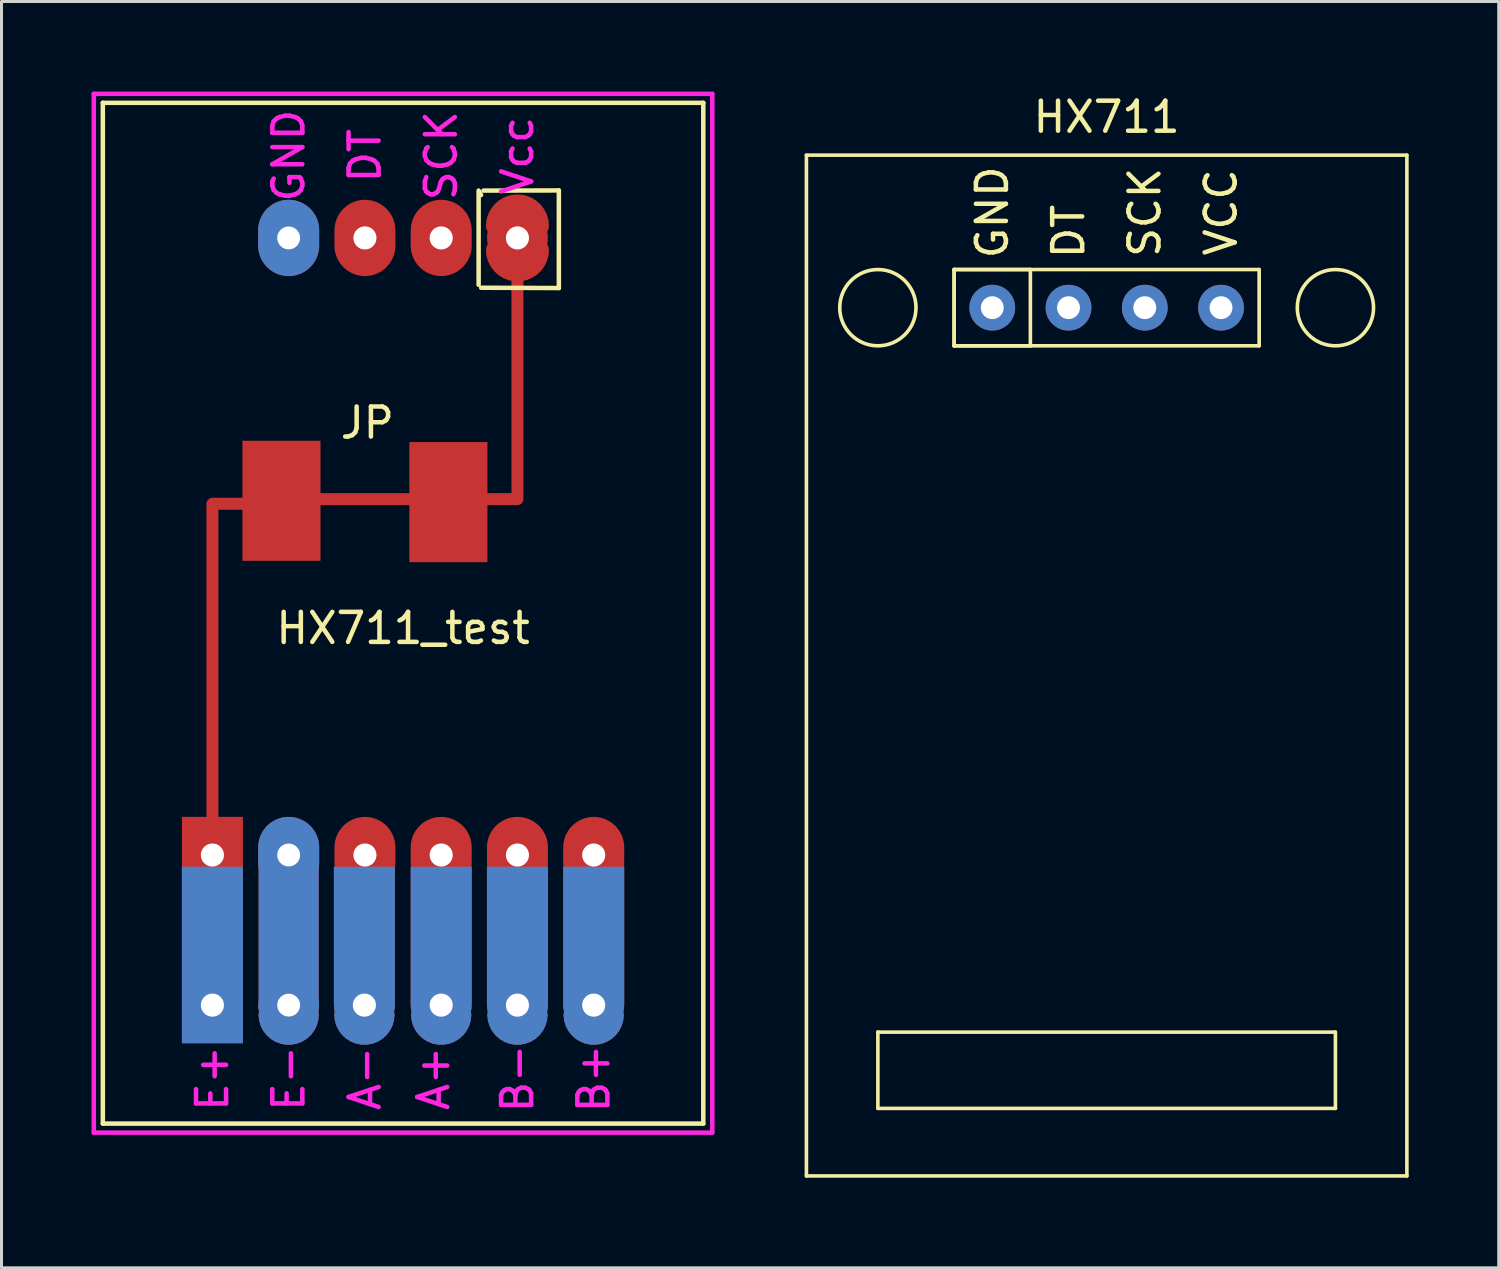
<source format=kicad_pcb>
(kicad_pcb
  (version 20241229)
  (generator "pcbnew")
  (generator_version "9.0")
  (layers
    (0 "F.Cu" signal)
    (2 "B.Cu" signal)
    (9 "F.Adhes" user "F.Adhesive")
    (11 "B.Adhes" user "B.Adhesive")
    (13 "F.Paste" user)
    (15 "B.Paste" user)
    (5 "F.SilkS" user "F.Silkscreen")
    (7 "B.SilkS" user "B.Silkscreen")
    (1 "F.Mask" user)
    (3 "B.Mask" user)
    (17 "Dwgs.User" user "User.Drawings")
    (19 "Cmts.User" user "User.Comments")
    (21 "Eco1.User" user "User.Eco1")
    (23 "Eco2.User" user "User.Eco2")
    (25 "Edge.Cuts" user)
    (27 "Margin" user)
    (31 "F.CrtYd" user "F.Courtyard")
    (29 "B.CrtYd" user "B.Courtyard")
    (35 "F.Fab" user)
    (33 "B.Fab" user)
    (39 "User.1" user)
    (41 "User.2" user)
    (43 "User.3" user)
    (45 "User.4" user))
  (footprint "HX711"
    (layer "F.Cu")
    (at 33.81 2.118)
    (property "Reference" "HX711" (at 0 -1.27 0) (layer "F.SilkS") (effects (font (size 1 1) (thickness 0.15))))
    (attr through_hole)
    (fp_line (start -10 0) (end 10 0) (stroke (width 0.12) (type solid)) (layer "F.SilkS"))
    (fp_line (start -10 34) (end -10 0) (stroke (width 0.12) (type solid)) (layer "F.SilkS"))
    (fp_line (start -7.62 29.21) (end -7.62 31.75) (stroke (width 0.12) (type solid)) (layer "F.SilkS"))
    (fp_line (start -7.62 31.75) (end 7.62 31.75) (stroke (width 0.12) (type solid)) (layer "F.SilkS"))
    (fp_line (start -5.08 3.81) (end -2.54 3.81) (stroke (width 0.12) (type solid)) (layer "F.SilkS"))
    (fp_line (start -5.08 3.81) (end 5.08 3.81) (stroke (width 0.12) (type solid)) (layer "F.SilkS"))
    (fp_line (start -5.08 6.35) (end -5.08 3.81) (stroke (width 0.12) (type solid)) (layer "F.SilkS"))
    (fp_line (start -5.08 6.35) (end -5.08 3.81) (stroke (width 0.12) (type solid)) (layer "F.SilkS"))
    (fp_line (start -2.54 3.81) (end -2.54 6.35) (stroke (width 0.12) (type solid)) (layer "F.SilkS"))
    (fp_line (start -2.54 6.35) (end -5.08 6.35) (stroke (width 0.12) (type solid)) (layer "F.SilkS"))
    (fp_line (start 5.08 3.81) (end 5.08 6.35) (stroke (width 0.12) (type solid)) (layer "F.SilkS"))
    (fp_line (start 5.08 6.35) (end -5.08 6.35) (stroke (width 0.12) (type solid)) (layer "F.SilkS"))
    (fp_line (start 7.62 29.21) (end -7.62 29.21) (stroke (width 0.12) (type solid)) (layer "F.SilkS"))
    (fp_line (start 7.62 31.75) (end 7.62 29.21) (stroke (width 0.12) (type solid)) (layer "F.SilkS"))
    (fp_line (start 10 0) (end 10 34) (stroke (width 0.12) (type solid)) (layer "F.SilkS"))
    (fp_line (start 10 34) (end -10 34) (stroke (width 0.12) (type solid)) (layer "F.SilkS"))
    (fp_circle (center -7.62 5.08) (end -6.35 5.08) (stroke (width 0.12) (type solid)) (fill no) (layer "F.SilkS"))
    (fp_circle (center 7.62 5.08) (end 8.89 5.08) (stroke (width 0.12) (type solid)) (fill no) (layer "F.SilkS"))
    (fp_text user "GND" (at -3.81 1.905 90) (layer "F.SilkS") (effects (font (size 1 1) (thickness 0.15))))
    (fp_text user "DT" (at -1.27 2.54 90) (layer "F.SilkS") (effects (font (size 1 1) (thickness 0.15))))
    (fp_text user "VCC" (at 3.81 1.905 90) (layer "F.SilkS") (effects (font (size 1 1) (thickness 0.15))))
    (fp_text user "SCK" (at 1.27 1.905 90) (layer "F.SilkS") (effects (font (size 1 1) (thickness 0.15))))
    (pad "1" thru_hole circle (at -3.81 5.08) (size 1.524 1.524) (drill 0.762) (layers "*.Cu" "*.Mask"))
    (pad "2" thru_hole circle (at -1.27 5.08) (size 1.524 1.524) (drill 0.762) (layers "*.Cu" "*.Mask"))
    (pad "3" thru_hole circle (at 1.27 5.08) (size 1.524 1.524) (drill 0.762) (layers "*.Cu" "*.Mask"))
    (pad "4" thru_hole circle (at 3.81 5.08) (size 1.524 1.524) (drill 0.762) (layers "*.Cu" "*.Mask")))
  (footprint "HX711_test"
    (layer "F.Cu")
    (at 10.375 17.375)
    (property "Reference" "HX711_test" (at 0 0.5 0) (layer "F.SilkS") (effects (font (size 1 1) (thickness 0.15))))
    (attr through_hole)
    (fp_line (start -10 -17) (end -10 17) (stroke (width 0.15) (type solid)) (layer "F.SilkS"))
    (fp_line (start -10 -17) (end 10 -17) (stroke (width 0.15) (type solid)) (layer "F.SilkS"))
    (fp_line (start -10 17) (end 10 17) (stroke (width 0.15) (type solid)) (layer "F.SilkS"))
    (fp_line (start 2.517 -10.94) (end 2.517 -14.077) (stroke (width 0.15) (type solid)) (layer "F.SilkS"))
    (fp_line (start 2.598 -13.929) (end 2.548 -14.031) (stroke (width 0.15) (type solid)) (layer "F.SilkS"))
    (fp_line (start 2.682 -14.077) (end 5.189 -14.082) (stroke (width 0.15) (type solid)) (layer "F.SilkS"))
    (fp_line (start 5.189 -14.082) (end 5.189 -10.831) (stroke (width 0.15) (type solid)) (layer "F.SilkS"))
    (fp_line (start 5.189 -10.831) (end 2.601 -10.841) (stroke (width 0.15) (type solid)) (layer "F.SilkS"))
    (fp_line (start 10 -17) (end 10 17) (stroke (width 0.15) (type solid)) (layer "F.SilkS"))
    (fp_line (start -10.3 -17.3) (end 10.3 -17.3) (stroke (width 0.15) (type solid)) (layer "F.CrtYd"))
    (fp_line (start -10.3 17.3) (end -10.3 -17.3) (stroke (width 0.15) (type solid)) (layer "F.CrtYd"))
    (fp_line (start 10.3 -17.3) (end 10.3 17.3) (stroke (width 0.15) (type solid)) (layer "F.CrtYd"))
    (fp_line (start 10.3 17.3) (end -10.3 17.3) (stroke (width 0.15) (type solid)) (layer "F.CrtYd"))
    (fp_text user "JP" (at -1.189 -6.34 0) (layer "F.SilkS") (effects (font (size 1 1) (thickness 0.15))))
    (fp_text user "B+" (at 6.35 15.494 90) (unlocked yes) (layer "F.CrtYd") (effects (font (size 1 1) (thickness 0.15))))
    (fp_text user "E+" (at -6.35 15.494 90) (unlocked yes) (layer "F.CrtYd") (effects (font (size 1 1) (thickness 0.15))))
    (fp_text user "B-" (at 3.81 15.494 90) (unlocked yes) (layer "F.CrtYd") (effects (font (size 1 1) (thickness 0.15))))
    (fp_text user "Vcc" (at 3.81 -15.24 90) (unlocked yes) (layer "F.CrtYd") (effects (font (size 1 1) (thickness 0.15))))
    (fp_text user "A-" (at -1.27 15.494 90) (unlocked yes) (layer "F.CrtYd") (effects (font (size 1 1) (thickness 0.15))))
    (fp_text user "DT" (at -1.27 -15.24 90) (unlocked yes) (layer "F.CrtYd") (effects (font (size 1 1) (thickness 0.15))))
    (fp_text user "SCK" (at 1.27 -15.24 90) (unlocked yes) (layer "F.CrtYd") (effects (font (size 1 1) (thickness 0.15))))
    (fp_text user "A+" (at 1.016 15.494 90) (unlocked yes) (layer "F.CrtYd") (effects (font (size 1 1) (thickness 0.15))))
    (fp_text user "GND" (at -3.81 -15.24 90) (unlocked yes) (layer "F.CrtYd") (effects (font (size 1 1) (thickness 0.15))))
    (fp_text user "E-" (at -3.81 15.494 90) (unlocked yes) (layer "F.CrtYd") (effects (font (size 1 1) (thickness 0.15))))
    (pad "" np_thru_hole custom (at -6.35 8.054) (size 2.032 2.54) (drill 0.77) (layers "F.Cu" "F.Mask") (options (anchor rect)) (primitives (gr_line (start 0 -1) (end 0 -11.7) (width 0.4)) (gr_line (start 0 -11.7) (end 2 -11.7) (width 0.4)) (gr_poly (pts (xy 1 -13.8) (xy 3.6 -13.8) (xy 3.6 -9.8) (xy 1 -9.8)) (width 0) (fill yes))))
    (pad "" thru_hole custom (at -6.35 13.054) (size 2.032 2.54) (drill 0.77) (layers "F.Cu" "F.Mask") (options (anchor rect)) (primitives (gr_poly (pts (xy -1.016 0) (xy -1.016 -4.61) (xy 1.016 -4.61) (xy 1.016 0)) (width 0) (fill yes))))
    (pad "" np_thru_hole oval (at -1.27 -12.5) (size 2.032 2.54) (drill 0.77) (layers "F.Cu" "F.Mask"))
    (pad "" np_thru_hole oval (at -1.27 8.054) (size 2.032 2.54) (drill 0.77) (layers "F.Cu" "F.Mask"))
    (pad "" np_thru_hole oval (at 1.27 -12.5) (size 2.032 2.54) (drill 0.77) (layers "F.Cu" "F.Mask"))
    (pad "" np_thru_hole oval (at 1.27 8.054) (size 2.032 2.54) (drill 0.77) (layers "F.Cu" "F.Mask"))
    (pad "" np_thru_hole custom (at 3.81 -12.5) (size 2.032 2.032) (drill 0.77) (layers "F.Cu" "F.Mask") (options (anchor circle)) (primitives (gr_line (start 0 1) (end 0 8.7) (width 0.4)) (gr_arc (start -0.7 -0.4) (mid 0 -1.1) (end 0.7 -0.4) (width 0.7)) (gr_arc (start 0.7 0.4) (mid 0 1.1) (end -0.7 0.4) (width 0.7)) (gr_line (start 0 8.7) (end -1.2 8.7) (width 0.4)) (gr_poly (pts (xy -1 10.8) (xy -1 6.8) (xy -3.6 6.8) (xy -3.6 10.8)) (width 0) (fill yes)) (gr_line (start -3.4 8.7) (end -6.55 8.7) (width 0.4))))
    (pad "" np_thru_hole oval (at 3.81 8.054) (size 2.032 2.54) (drill 0.77) (layers "F.Cu" "F.Mask"))
    (pad "" np_thru_hole oval (at 6.35 8.054) (size 2.032 2.54) (drill 0.77) (layers "F.Cu" "F.Mask"))
    (pad "2" thru_hole custom (at -3.81 13.054) (size 2.032 2.032) (drill 0.762) (layers "*.Cu" "*.Mask") (options (anchor circle)) (primitives (gr_poly (pts (xy -1 0) (xy -1 -4.61) (xy 1 -4.61) (xy 1 0)) (width 0) (fill yes)) (gr_arc (start 0.6858 0.3175) (mid 0 1.0033) (end -0.6858 0.3175) (width 0.635))))
    (pad "2 DUP" thru_hole oval (at -3.81 8.054) (size 2.032 2.54) (drill 0.762) (layers "*.Cu" "*.Mask"))
    (pad "GND" thru_hole oval (at -3.81 -12.5) (size 2.032 2.54) (drill 0.762) (layers "*.Cu" "*.Mask"))
    (pad "~" thru_hole custom (at -1.288 13.054) (size 2.032 2.032) (drill 0.77) (layers "F.Cu" "F.Mask") (options (anchor circle)) (primitives (gr_poly (pts (xy -1.016 0) (xy -1.016 -4.61) (xy 1.016 -4.61) (xy 1.016 0)) (width 0) (fill yes)) (gr_arc (start 0.6858 0.3175) (mid 0 1.0033) (end -0.6858 0.3175) (width 0.635))))
    (pad "~" thru_hole custom (at 1.27 13.054) (size 2.032 2.032) (drill 0.77) (layers "F.Cu" "F.Mask") (options (anchor circle)) (primitives (gr_poly (pts (xy -1.016 0) (xy -1.016 -4.61) (xy 1.016 -4.61) (xy 1.016 0)) (width 0) (fill yes)) (gr_arc (start 0.6858 0.3175) (mid 0 1.0033) (end -0.6858 0.3175) (width 0.635))))
    (pad "~" thru_hole custom (at 3.81 13.054) (size 2.032 2.032) (drill 0.77) (layers "F.Cu" "F.Mask") (options (anchor circle)) (primitives (gr_poly (pts (xy -1.016 0) (xy -1.016 -4.61) (xy 1.016 -4.61) (xy 1.016 0)) (width 0) (fill yes)) (gr_arc (start 0.6858 0.3175) (mid 0 1.0033) (end -0.6858 0.3175) (width 0.635))))
    (pad "~" thru_hole custom (at 6.35 13.054) (size 2.032 2.032) (drill 0.77) (layers "F.Cu" "F.Mask") (options (anchor circle)) (primitives (gr_poly (pts (xy -1.016 0) (xy -1.016 -4.61) (xy 1.016 -4.61) (xy 1.016 0)) (width 0) (fill yes)) (gr_arc (start 0.6858 0.3175) (mid 0 1.0033) (end -0.6858 0.3175) (width 0.635)))))
  (gr_rect
    (start -3 -3)
    (end 46.87 39.178)
    (stroke (width 0.1) (type default))
    (fill no)
    (layer "Edge.Cuts")))
</source>
